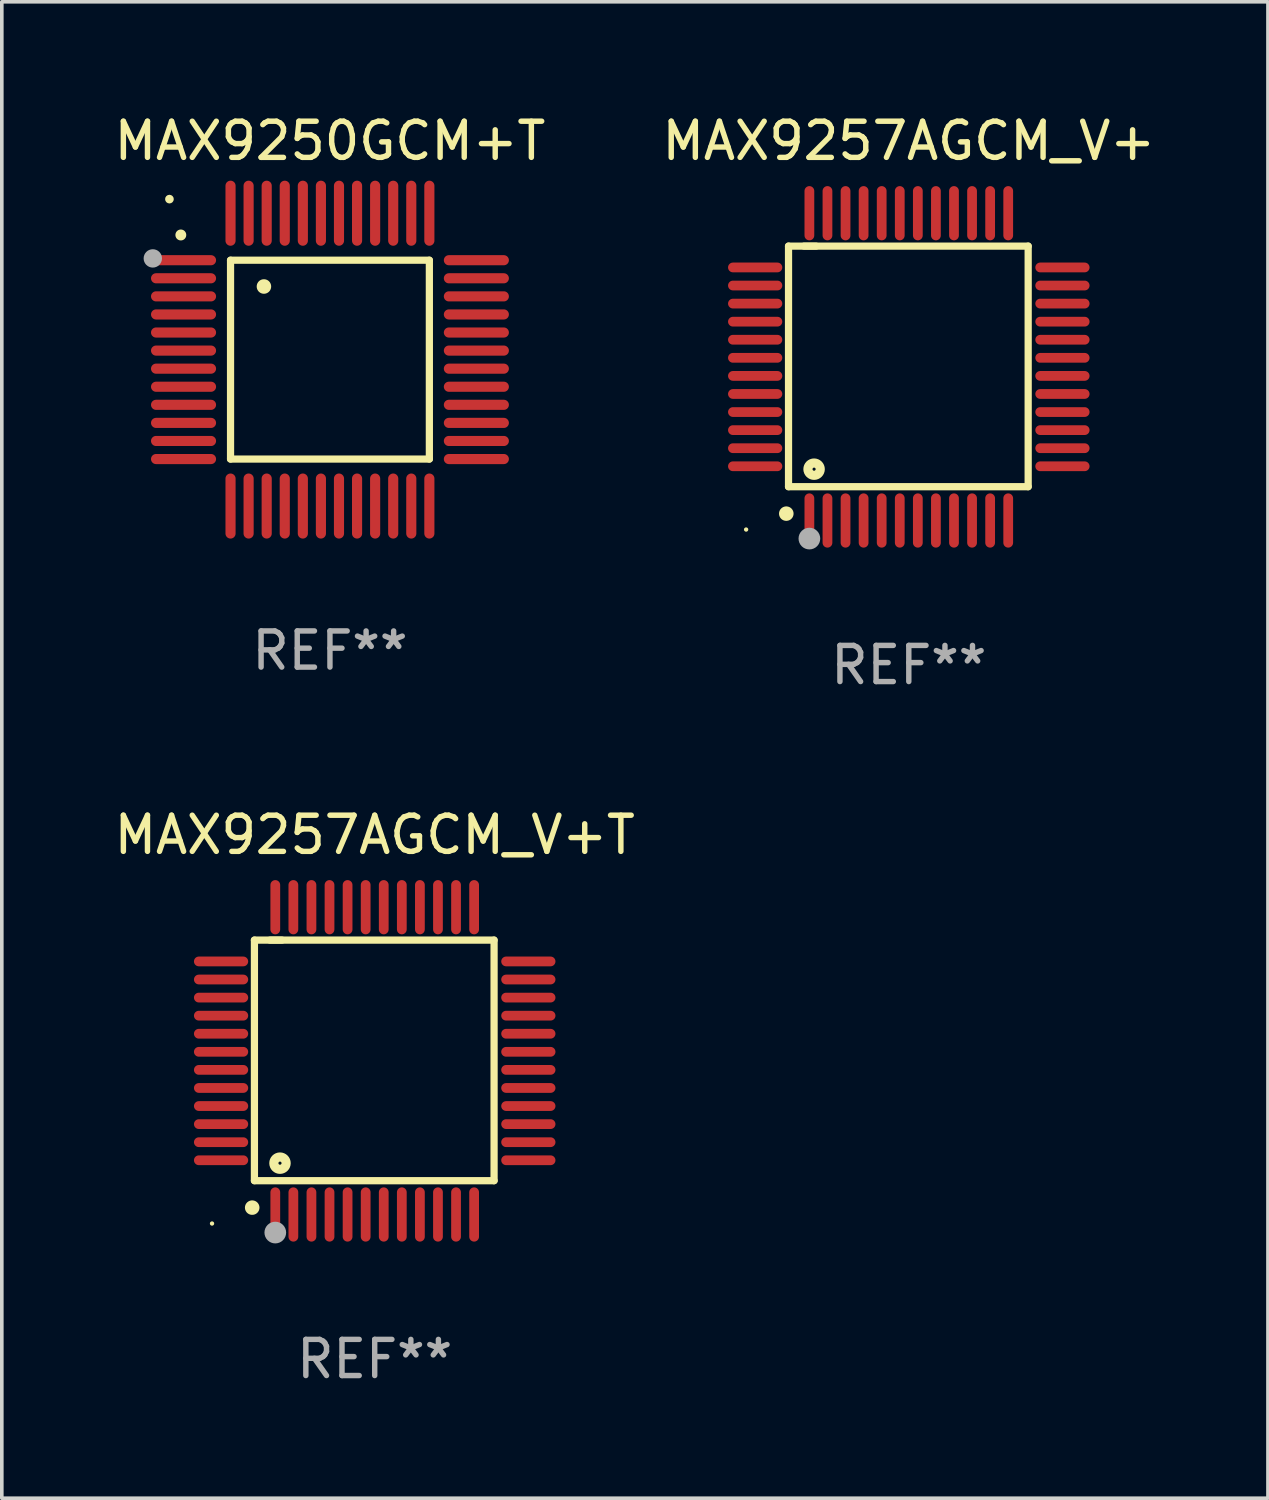
<source format=kicad_pcb>
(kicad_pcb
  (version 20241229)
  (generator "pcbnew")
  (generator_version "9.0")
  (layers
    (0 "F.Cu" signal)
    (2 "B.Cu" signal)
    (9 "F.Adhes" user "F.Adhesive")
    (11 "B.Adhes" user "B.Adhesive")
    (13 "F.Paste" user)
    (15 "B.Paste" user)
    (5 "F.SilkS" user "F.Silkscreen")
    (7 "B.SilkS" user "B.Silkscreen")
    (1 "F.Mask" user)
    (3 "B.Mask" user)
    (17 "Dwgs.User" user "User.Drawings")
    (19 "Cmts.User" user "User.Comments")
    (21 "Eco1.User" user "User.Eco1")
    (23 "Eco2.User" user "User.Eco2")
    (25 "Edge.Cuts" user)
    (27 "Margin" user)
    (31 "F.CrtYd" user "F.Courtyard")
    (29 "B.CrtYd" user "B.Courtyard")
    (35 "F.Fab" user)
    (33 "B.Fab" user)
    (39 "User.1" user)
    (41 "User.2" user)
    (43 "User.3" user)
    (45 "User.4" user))
  (footprint "MAX9257AGCM_V+"
    (layer "F.Cu")
    (at 22.089 7.098)
    (property "Reference" "MAX9257AGCM_V+" (at 0 -6.25 0) (layer "F.SilkS") (effects (font (size 1 1) (thickness 0.15))))
    (attr through_hole)
    (fp_line (start -3.327 -3.34) (end -2.565 -3.34) (stroke (width 0.2) (type solid)) (layer "F.SilkS"))
    (fp_line (start -3.327 3.315) (end -3.327 -3.34) (stroke (width 0.2) (type solid)) (layer "F.SilkS"))
    (fp_line (start -2.896 -3.34) (end 3.302 -3.34) (stroke (width 0.2) (type solid)) (layer "F.SilkS"))
    (fp_line (start 3.302 -3.34) (end 3.302 3.315) (stroke (width 0.2) (type solid)) (layer "F.SilkS"))
    (fp_line (start 3.302 3.315) (end -3.327 3.315) (stroke (width 0.2) (type solid)) (layer "F.SilkS"))
    (fp_arc (start -3.389992 4.059995) (mid -3.388722 4.059991) (end -3.387452 4.059995) (stroke (width 0.4) (type solid)) (layer "F.SilkS"))
    (fp_circle (center -4.5 4.5) (end -4.47 4.5) (stroke (width 0.06) (type solid)) (fill no) (layer "F.SilkS"))
    (fp_circle (center -2.62 2.83) (end -2.45 2.83) (stroke (width 0.254) (type solid)) (fill no) (layer "F.SilkS"))
    (fp_circle (center -2.75 4.75) (end -2.6 4.75) (stroke (width 0.3) (type solid)) (fill no) (layer "F.Fab"))
    (fp_text user "REF**" (at 0 8.25 0) (layer "F.Fab") (effects (font (size 1 1) (thickness 0.15))))
    (pad "1" smd oval (at -2.75 4.25) (size 0.27 1.5) (layers "F.Cu" "F.Mask" "F.Paste"))
    (pad "2" smd oval (at -2.25 4.25) (size 0.27 1.5) (layers "F.Cu" "F.Mask" "F.Paste"))
    (pad "3" smd oval (at -1.75 4.25) (size 0.27 1.5) (layers "F.Cu" "F.Mask" "F.Paste"))
    (pad "4" smd oval (at -1.25 4.25) (size 0.27 1.5) (layers "F.Cu" "F.Mask" "F.Paste"))
    (pad "5" smd oval (at -0.75 4.25) (size 0.27 1.5) (layers "F.Cu" "F.Mask" "F.Paste"))
    (pad "6" smd oval (at -0.25 4.25) (size 0.27 1.5) (layers "F.Cu" "F.Mask" "F.Paste"))
    (pad "7" smd oval (at 0.25 4.25) (size 0.27 1.5) (layers "F.Cu" "F.Mask" "F.Paste"))
    (pad "8" smd oval (at 0.75 4.25) (size 0.27 1.5) (layers "F.Cu" "F.Mask" "F.Paste"))
    (pad "9" smd oval (at 1.25 4.25) (size 0.27 1.5) (layers "F.Cu" "F.Mask" "F.Paste"))
    (pad "10" smd oval (at 1.75 4.25) (size 0.27 1.5) (layers "F.Cu" "F.Mask" "F.Paste"))
    (pad "11" smd oval (at 2.25 4.25) (size 0.27 1.5) (layers "F.Cu" "F.Mask" "F.Paste"))
    (pad "12" smd oval (at 2.75 4.25) (size 0.27 1.5) (layers "F.Cu" "F.Mask" "F.Paste"))
    (pad "13" smd oval (at 4.25 2.75) (size 1.5 0.27) (layers "F.Cu" "F.Mask" "F.Paste"))
    (pad "14" smd oval (at 4.25 2.25) (size 1.5 0.27) (layers "F.Cu" "F.Mask" "F.Paste"))
    (pad "15" smd oval (at 4.25 1.75) (size 1.5 0.27) (layers "F.Cu" "F.Mask" "F.Paste"))
    (pad "16" smd oval (at 4.25 1.25) (size 1.5 0.27) (layers "F.Cu" "F.Mask" "F.Paste"))
    (pad "17" smd oval (at 4.25 0.75) (size 1.5 0.27) (layers "F.Cu" "F.Mask" "F.Paste"))
    (pad "18" smd oval (at 4.25 0.25) (size 1.5 0.27) (layers "F.Cu" "F.Mask" "F.Paste"))
    (pad "19" smd oval (at 4.25 -0.25) (size 1.5 0.27) (layers "F.Cu" "F.Mask" "F.Paste"))
    (pad "20" smd oval (at 4.25 -0.75) (size 1.5 0.27) (layers "F.Cu" "F.Mask" "F.Paste"))
    (pad "21" smd oval (at 4.25 -1.25) (size 1.5 0.27) (layers "F.Cu" "F.Mask" "F.Paste"))
    (pad "22" smd oval (at 4.25 -1.75) (size 1.5 0.27) (layers "F.Cu" "F.Mask" "F.Paste"))
    (pad "23" smd oval (at 4.25 -2.25) (size 1.5 0.27) (layers "F.Cu" "F.Mask" "F.Paste"))
    (pad "24" smd oval (at 4.25 -2.75) (size 1.5 0.27) (layers "F.Cu" "F.Mask" "F.Paste"))
    (pad "25" smd oval (at 2.75 -4.25) (size 0.27 1.5) (layers "F.Cu" "F.Mask" "F.Paste"))
    (pad "26" smd oval (at 2.25 -4.25) (size 0.27 1.5) (layers "F.Cu" "F.Mask" "F.Paste"))
    (pad "27" smd oval (at 1.75 -4.25) (size 0.27 1.5) (layers "F.Cu" "F.Mask" "F.Paste"))
    (pad "28" smd oval (at 1.25 -4.25) (size 0.27 1.5) (layers "F.Cu" "F.Mask" "F.Paste"))
    (pad "29" smd oval (at 0.75 -4.25) (size 0.27 1.5) (layers "F.Cu" "F.Mask" "F.Paste"))
    (pad "30" smd oval (at 0.25 -4.25) (size 0.27 1.5) (layers "F.Cu" "F.Mask" "F.Paste"))
    (pad "31" smd oval (at -0.25 -4.25) (size 0.27 1.5) (layers "F.Cu" "F.Mask" "F.Paste"))
    (pad "32" smd oval (at -0.75 -4.25) (size 0.27 1.5) (layers "F.Cu" "F.Mask" "F.Paste"))
    (pad "33" smd oval (at -1.25 -4.25) (size 0.27 1.5) (layers "F.Cu" "F.Mask" "F.Paste"))
    (pad "34" smd oval (at -1.75 -4.25) (size 0.27 1.5) (layers "F.Cu" "F.Mask" "F.Paste"))
    (pad "35" smd oval (at -2.25 -4.25) (size 0.27 1.5) (layers "F.Cu" "F.Mask" "F.Paste"))
    (pad "36" smd oval (at -2.75 -4.25) (size 0.27 1.5) (layers "F.Cu" "F.Mask" "F.Paste"))
    (pad "37" smd oval (at -4.25 -2.75) (size 1.5 0.27) (layers "F.Cu" "F.Mask" "F.Paste"))
    (pad "38" smd oval (at -4.25 -2.25) (size 1.5 0.27) (layers "F.Cu" "F.Mask" "F.Paste"))
    (pad "39" smd oval (at -4.25 -1.75) (size 1.5 0.27) (layers "F.Cu" "F.Mask" "F.Paste"))
    (pad "40" smd oval (at -4.25 -1.25) (size 1.5 0.27) (layers "F.Cu" "F.Mask" "F.Paste"))
    (pad "41" smd oval (at -4.25 -0.75) (size 1.5 0.27) (layers "F.Cu" "F.Mask" "F.Paste"))
    (pad "42" smd oval (at -4.25 -0.25) (size 1.5 0.27) (layers "F.Cu" "F.Mask" "F.Paste"))
    (pad "43" smd oval (at -4.25 0.25) (size 1.5 0.27) (layers "F.Cu" "F.Mask" "F.Paste"))
    (pad "44" smd oval (at -4.25 0.75) (size 1.5 0.27) (layers "F.Cu" "F.Mask" "F.Paste"))
    (pad "45" smd oval (at -4.25 1.25) (size 1.5 0.27) (layers "F.Cu" "F.Mask" "F.Paste"))
    (pad "46" smd oval (at -4.25 1.75) (size 1.5 0.27) (layers "F.Cu" "F.Mask" "F.Paste"))
    (pad "47" smd oval (at -4.25 2.25) (size 1.5 0.27) (layers "F.Cu" "F.Mask" "F.Paste"))
    (pad "48" smd oval (at -4.25 2.75) (size 1.5 0.27) (layers "F.Cu" "F.Mask" "F.Paste")))
  (footprint "MAX9250GCM+T"
    (layer "F.Cu")
    (at 6.077 6.898)
    (property "Reference" "MAX9250GCM+T" (at 0 -6.05 0) (layer "F.SilkS") (effects (font (size 1 1) (thickness 0.15))))
    (attr through_hole)
    (fp_line (start -2.75 -2.75) (end 2.75 -2.75) (stroke (width 0.2) (type solid)) (layer "F.SilkS"))
    (fp_line (start -2.75 2.75) (end -2.75 -2.75) (stroke (width 0.2) (type solid)) (layer "F.SilkS"))
    (fp_line (start 2.75 -2.75) (end 2.75 2.75) (stroke (width 0.2) (type solid)) (layer "F.SilkS"))
    (fp_line (start 2.75 2.75) (end -2.75 2.75) (stroke (width 0.2) (type solid)) (layer "F.SilkS"))
    (fp_arc (start -4.124968 -3.446787) (mid -4.124973 -3.448057) (end -4.124968 -3.449327) (stroke (width 0.3) (type solid)) (layer "F.SilkS"))
    (fp_arc (start -1.826264 -2.021844) (mid -1.826268 -2.023114) (end -1.826264 -2.024384) (stroke (width 0.4) (type solid)) (layer "F.SilkS"))
    (fp_circle (center -4.44 -4.44) (end -4.38 -4.44) (stroke (width 0.12) (type solid)) (fill no) (layer "F.SilkS"))
    (fp_circle (center -4.9 -2.8) (end -4.773 -2.8) (stroke (width 0.254) (type solid)) (fill no) (layer "F.Fab"))
    (fp_text user "REF**" (at 0 8.05 0) (layer "F.Fab") (effects (font (size 1 1) (thickness 0.15))))
    (pad "1" smd oval (at -4.05 -2.75 90) (size 0.28 1.8) (layers "F.Cu" "F.Mask" "F.Paste"))
    (pad "2" smd oval (at -4.05 -2.25 90) (size 0.28 1.8) (layers "F.Cu" "F.Mask" "F.Paste"))
    (pad "3" smd oval (at -4.05 -1.75 90) (size 0.28 1.8) (layers "F.Cu" "F.Mask" "F.Paste"))
    (pad "4" smd oval (at -4.05 -1.25 90) (size 0.28 1.8) (layers "F.Cu" "F.Mask" "F.Paste"))
    (pad "5" smd oval (at -4.05 -0.75 90) (size 0.28 1.8) (layers "F.Cu" "F.Mask" "F.Paste"))
    (pad "6" smd oval (at -4.05 -0.25 90) (size 0.28 1.8) (layers "F.Cu" "F.Mask" "F.Paste"))
    (pad "7" smd oval (at -4.05 0.25 90) (size 0.28 1.8) (layers "F.Cu" "F.Mask" "F.Paste"))
    (pad "8" smd oval (at -4.05 0.75 90) (size 0.28 1.8) (layers "F.Cu" "F.Mask" "F.Paste"))
    (pad "9" smd oval (at -4.05 1.25 90) (size 0.28 1.8) (layers "F.Cu" "F.Mask" "F.Paste"))
    (pad "10" smd oval (at -4.05 1.75 90) (size 0.28 1.8) (layers "F.Cu" "F.Mask" "F.Paste"))
    (pad "11" smd oval (at -4.05 2.25 90) (size 0.28 1.8) (layers "F.Cu" "F.Mask" "F.Paste"))
    (pad "12" smd oval (at -4.05 2.75 90) (size 0.28 1.8) (layers "F.Cu" "F.Mask" "F.Paste"))
    (pad "13" smd oval (at -2.75 4.05) (size 0.28 1.8) (layers "F.Cu" "F.Mask" "F.Paste"))
    (pad "14" smd oval (at -2.25 4.05) (size 0.28 1.8) (layers "F.Cu" "F.Mask" "F.Paste"))
    (pad "15" smd oval (at -1.75 4.05) (size 0.28 1.8) (layers "F.Cu" "F.Mask" "F.Paste"))
    (pad "16" smd oval (at -1.25 4.05) (size 0.28 1.8) (layers "F.Cu" "F.Mask" "F.Paste"))
    (pad "17" smd oval (at -0.75 4.05) (size 0.28 1.8) (layers "F.Cu" "F.Mask" "F.Paste"))
    (pad "18" smd oval (at -0.25 4.05) (size 0.28 1.8) (layers "F.Cu" "F.Mask" "F.Paste"))
    (pad "19" smd oval (at 0.25 4.05) (size 0.28 1.8) (layers "F.Cu" "F.Mask" "F.Paste"))
    (pad "20" smd oval (at 0.75 4.05) (size 0.28 1.8) (layers "F.Cu" "F.Mask" "F.Paste"))
    (pad "21" smd oval (at 1.25 4.05) (size 0.28 1.8) (layers "F.Cu" "F.Mask" "F.Paste"))
    (pad "22" smd oval (at 1.75 4.05) (size 0.28 1.8) (layers "F.Cu" "F.Mask" "F.Paste"))
    (pad "23" smd oval (at 2.25 4.05) (size 0.28 1.8) (layers "F.Cu" "F.Mask" "F.Paste"))
    (pad "24" smd oval (at 2.75 4.05) (size 0.28 1.8) (layers "F.Cu" "F.Mask" "F.Paste"))
    (pad "25" smd oval (at 4.05 2.75 90) (size 0.28 1.8) (layers "F.Cu" "F.Mask" "F.Paste"))
    (pad "26" smd oval (at 4.05 2.25 90) (size 0.28 1.8) (layers "F.Cu" "F.Mask" "F.Paste"))
    (pad "27" smd oval (at 4.05 1.75 90) (size 0.28 1.8) (layers "F.Cu" "F.Mask" "F.Paste"))
    (pad "28" smd oval (at 4.05 1.25 90) (size 0.28 1.8) (layers "F.Cu" "F.Mask" "F.Paste"))
    (pad "29" smd oval (at 4.05 0.75 90) (size 0.28 1.8) (layers "F.Cu" "F.Mask" "F.Paste"))
    (pad "30" smd oval (at 4.05 0.25 90) (size 0.28 1.8) (layers "F.Cu" "F.Mask" "F.Paste"))
    (pad "31" smd oval (at 4.05 -0.25 90) (size 0.28 1.8) (layers "F.Cu" "F.Mask" "F.Paste"))
    (pad "32" smd oval (at 4.05 -0.75 90) (size 0.28 1.8) (layers "F.Cu" "F.Mask" "F.Paste"))
    (pad "33" smd oval (at 4.05 -1.25 90) (size 0.28 1.8) (layers "F.Cu" "F.Mask" "F.Paste"))
    (pad "34" smd oval (at 4.05 -1.75 90) (size 0.28 1.8) (layers "F.Cu" "F.Mask" "F.Paste"))
    (pad "35" smd oval (at 4.05 -2.25 90) (size 0.28 1.8) (layers "F.Cu" "F.Mask" "F.Paste"))
    (pad "36" smd oval (at 4.05 -2.75 90) (size 0.28 1.8) (layers "F.Cu" "F.Mask" "F.Paste"))
    (pad "37" smd oval (at 2.75 -4.05) (size 0.28 1.8) (layers "F.Cu" "F.Mask" "F.Paste"))
    (pad "38" smd oval (at 2.25 -4.05) (size 0.28 1.8) (layers "F.Cu" "F.Mask" "F.Paste"))
    (pad "39" smd oval (at 1.75 -4.05) (size 0.28 1.8) (layers "F.Cu" "F.Mask" "F.Paste"))
    (pad "40" smd oval (at 1.25 -4.05) (size 0.28 1.8) (layers "F.Cu" "F.Mask" "F.Paste"))
    (pad "41" smd oval (at 0.75 -4.05) (size 0.28 1.8) (layers "F.Cu" "F.Mask" "F.Paste"))
    (pad "42" smd oval (at 0.25 -4.05) (size 0.28 1.8) (layers "F.Cu" "F.Mask" "F.Paste"))
    (pad "43" smd oval (at -0.25 -4.05) (size 0.28 1.8) (layers "F.Cu" "F.Mask" "F.Paste"))
    (pad "44" smd oval (at -0.75 -4.05) (size 0.28 1.8) (layers "F.Cu" "F.Mask" "F.Paste"))
    (pad "45" smd oval (at -1.25 -4.05) (size 0.28 1.8) (layers "F.Cu" "F.Mask" "F.Paste"))
    (pad "46" smd oval (at -1.75 -4.05) (size 0.28 1.8) (layers "F.Cu" "F.Mask" "F.Paste"))
    (pad "47" smd oval (at -2.25 -4.05) (size 0.28 1.8) (layers "F.Cu" "F.Mask" "F.Paste"))
    (pad "48" smd oval (at -2.75 -4.05) (size 0.28 1.8) (layers "F.Cu" "F.Mask" "F.Paste")))
  (footprint "MAX9257AGCM_V+T"
    (layer "F.Cu")
    (at 7.315 26.295)
    (property "Reference" "MAX9257AGCM_V+T" (at 0 -6.25 0) (layer "F.SilkS") (effects (font (size 1 1) (thickness 0.15))))
    (attr through_hole)
    (fp_line (start -3.327 -3.34) (end -2.565 -3.34) (stroke (width 0.2) (type solid)) (layer "F.SilkS"))
    (fp_line (start -3.327 3.315) (end -3.327 -3.34) (stroke (width 0.2) (type solid)) (layer "F.SilkS"))
    (fp_line (start -2.896 -3.34) (end 3.302 -3.34) (stroke (width 0.2) (type solid)) (layer "F.SilkS"))
    (fp_line (start 3.302 -3.34) (end 3.302 3.315) (stroke (width 0.2) (type solid)) (layer "F.SilkS"))
    (fp_line (start 3.302 3.315) (end -3.327 3.315) (stroke (width 0.2) (type solid)) (layer "F.SilkS"))
    (fp_arc (start -3.389992 4.059995) (mid -3.388722 4.059991) (end -3.387452 4.059995) (stroke (width 0.4) (type solid)) (layer "F.SilkS"))
    (fp_circle (center -4.5 4.5) (end -4.47 4.5) (stroke (width 0.06) (type solid)) (fill no) (layer "F.SilkS"))
    (fp_circle (center -2.62 2.83) (end -2.45 2.83) (stroke (width 0.254) (type solid)) (fill no) (layer "F.SilkS"))
    (fp_circle (center -2.75 4.75) (end -2.6 4.75) (stroke (width 0.3) (type solid)) (fill no) (layer "F.Fab"))
    (fp_text user "REF**" (at 0 8.25 0) (layer "F.Fab") (effects (font (size 1 1) (thickness 0.15))))
    (pad "1" smd oval (at -2.75 4.25) (size 0.27 1.5) (layers "F.Cu" "F.Mask" "F.Paste"))
    (pad "2" smd oval (at -2.25 4.25) (size 0.27 1.5) (layers "F.Cu" "F.Mask" "F.Paste"))
    (pad "3" smd oval (at -1.75 4.25) (size 0.27 1.5) (layers "F.Cu" "F.Mask" "F.Paste"))
    (pad "4" smd oval (at -1.25 4.25) (size 0.27 1.5) (layers "F.Cu" "F.Mask" "F.Paste"))
    (pad "5" smd oval (at -0.75 4.25) (size 0.27 1.5) (layers "F.Cu" "F.Mask" "F.Paste"))
    (pad "6" smd oval (at -0.25 4.25) (size 0.27 1.5) (layers "F.Cu" "F.Mask" "F.Paste"))
    (pad "7" smd oval (at 0.25 4.25) (size 0.27 1.5) (layers "F.Cu" "F.Mask" "F.Paste"))
    (pad "8" smd oval (at 0.75 4.25) (size 0.27 1.5) (layers "F.Cu" "F.Mask" "F.Paste"))
    (pad "9" smd oval (at 1.25 4.25) (size 0.27 1.5) (layers "F.Cu" "F.Mask" "F.Paste"))
    (pad "10" smd oval (at 1.75 4.25) (size 0.27 1.5) (layers "F.Cu" "F.Mask" "F.Paste"))
    (pad "11" smd oval (at 2.25 4.25) (size 0.27 1.5) (layers "F.Cu" "F.Mask" "F.Paste"))
    (pad "12" smd oval (at 2.75 4.25) (size 0.27 1.5) (layers "F.Cu" "F.Mask" "F.Paste"))
    (pad "13" smd oval (at 4.25 2.75) (size 1.5 0.27) (layers "F.Cu" "F.Mask" "F.Paste"))
    (pad "14" smd oval (at 4.25 2.25) (size 1.5 0.27) (layers "F.Cu" "F.Mask" "F.Paste"))
    (pad "15" smd oval (at 4.25 1.75) (size 1.5 0.27) (layers "F.Cu" "F.Mask" "F.Paste"))
    (pad "16" smd oval (at 4.25 1.25) (size 1.5 0.27) (layers "F.Cu" "F.Mask" "F.Paste"))
    (pad "17" smd oval (at 4.25 0.75) (size 1.5 0.27) (layers "F.Cu" "F.Mask" "F.Paste"))
    (pad "18" smd oval (at 4.25 0.25) (size 1.5 0.27) (layers "F.Cu" "F.Mask" "F.Paste"))
    (pad "19" smd oval (at 4.25 -0.25) (size 1.5 0.27) (layers "F.Cu" "F.Mask" "F.Paste"))
    (pad "20" smd oval (at 4.25 -0.75) (size 1.5 0.27) (layers "F.Cu" "F.Mask" "F.Paste"))
    (pad "21" smd oval (at 4.25 -1.25) (size 1.5 0.27) (layers "F.Cu" "F.Mask" "F.Paste"))
    (pad "22" smd oval (at 4.25 -1.75) (size 1.5 0.27) (layers "F.Cu" "F.Mask" "F.Paste"))
    (pad "23" smd oval (at 4.25 -2.25) (size 1.5 0.27) (layers "F.Cu" "F.Mask" "F.Paste"))
    (pad "24" smd oval (at 4.25 -2.75) (size 1.5 0.27) (layers "F.Cu" "F.Mask" "F.Paste"))
    (pad "25" smd oval (at 2.75 -4.25) (size 0.27 1.5) (layers "F.Cu" "F.Mask" "F.Paste"))
    (pad "26" smd oval (at 2.25 -4.25) (size 0.27 1.5) (layers "F.Cu" "F.Mask" "F.Paste"))
    (pad "27" smd oval (at 1.75 -4.25) (size 0.27 1.5) (layers "F.Cu" "F.Mask" "F.Paste"))
    (pad "28" smd oval (at 1.25 -4.25) (size 0.27 1.5) (layers "F.Cu" "F.Mask" "F.Paste"))
    (pad "29" smd oval (at 0.75 -4.25) (size 0.27 1.5) (layers "F.Cu" "F.Mask" "F.Paste"))
    (pad "30" smd oval (at 0.25 -4.25) (size 0.27 1.5) (layers "F.Cu" "F.Mask" "F.Paste"))
    (pad "31" smd oval (at -0.25 -4.25) (size 0.27 1.5) (layers "F.Cu" "F.Mask" "F.Paste"))
    (pad "32" smd oval (at -0.75 -4.25) (size 0.27 1.5) (layers "F.Cu" "F.Mask" "F.Paste"))
    (pad "33" smd oval (at -1.25 -4.25) (size 0.27 1.5) (layers "F.Cu" "F.Mask" "F.Paste"))
    (pad "34" smd oval (at -1.75 -4.25) (size 0.27 1.5) (layers "F.Cu" "F.Mask" "F.Paste"))
    (pad "35" smd oval (at -2.25 -4.25) (size 0.27 1.5) (layers "F.Cu" "F.Mask" "F.Paste"))
    (pad "36" smd oval (at -2.75 -4.25) (size 0.27 1.5) (layers "F.Cu" "F.Mask" "F.Paste"))
    (pad "37" smd oval (at -4.25 -2.75) (size 1.5 0.27) (layers "F.Cu" "F.Mask" "F.Paste"))
    (pad "38" smd oval (at -4.25 -2.25) (size 1.5 0.27) (layers "F.Cu" "F.Mask" "F.Paste"))
    (pad "39" smd oval (at -4.25 -1.75) (size 1.5 0.27) (layers "F.Cu" "F.Mask" "F.Paste"))
    (pad "40" smd oval (at -4.25 -1.25) (size 1.5 0.27) (layers "F.Cu" "F.Mask" "F.Paste"))
    (pad "41" smd oval (at -4.25 -0.75) (size 1.5 0.27) (layers "F.Cu" "F.Mask" "F.Paste"))
    (pad "42" smd oval (at -4.25 -0.25) (size 1.5 0.27) (layers "F.Cu" "F.Mask" "F.Paste"))
    (pad "43" smd oval (at -4.25 0.25) (size 1.5 0.27) (layers "F.Cu" "F.Mask" "F.Paste"))
    (pad "44" smd oval (at -4.25 0.75) (size 1.5 0.27) (layers "F.Cu" "F.Mask" "F.Paste"))
    (pad "45" smd oval (at -4.25 1.25) (size 1.5 0.27) (layers "F.Cu" "F.Mask" "F.Paste"))
    (pad "46" smd oval (at -4.25 1.75) (size 1.5 0.27) (layers "F.Cu" "F.Mask" "F.Paste"))
    (pad "47" smd oval (at -4.25 2.25) (size 1.5 0.27) (layers "F.Cu" "F.Mask" "F.Paste"))
    (pad "48" smd oval (at -4.25 2.75) (size 1.5 0.27) (layers "F.Cu" "F.Mask" "F.Paste")))
  (gr_rect
    (start -3 -3)
    (end 32.024 38.393)
    (stroke (width 0.1) (type default))
    (fill no)
    (layer "Edge.Cuts")))
</source>
